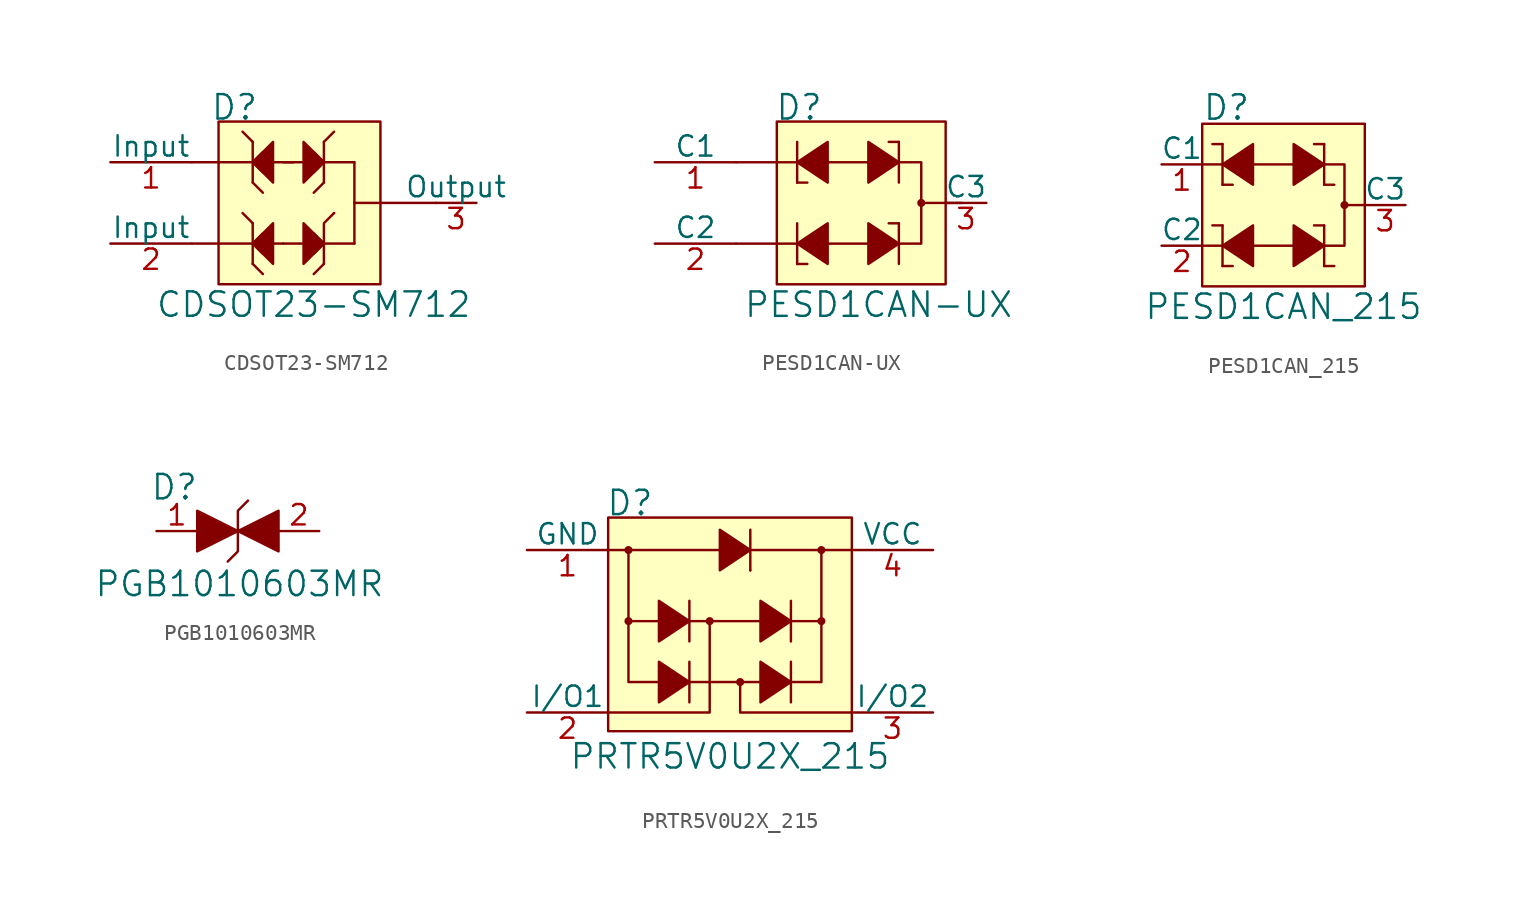
<source format=kicad_sym>
(kicad_symbol_lib
  (version 20220914)
  (generator kicad_symbol_editor)
  (symbol "CDSOT23-SM712"
    (pin_names
      (offset 0))
    (property "Reference" "D"
      (at -4.953 5.969 0)
      (effects (font (size 1.524 1.524))))
    (property "Value" "CDSOT23-SM712"
      (at 0 -6.35 0)
      (effects (font (size 1.524 1.524))))
    (symbol "CDSOT23-SM712_0_1"
      (rectangle (start -5.944 5.08) (end 4.166 -5.08) (stroke (width 0) (type default)) (fill (type background)))
      (polyline (pts (xy -3.81 -3.81) (xy -3.175 -4.445)) (stroke (width 0) (type default)) (fill (type none)))
      (polyline (pts (xy -3.81 -1.27) (xy -4.445 -0.635)) (stroke (width 0) (type default)) (fill (type none)))
      (polyline (pts (xy -3.81 -1.27) (xy -3.81 -3.81)) (stroke (width 0) (type default)) (fill (type none)))
      (polyline (pts (xy -3.81 1.27) (xy -3.175 0.635)) (stroke (width 0) (type default)) (fill (type none)))
      (polyline (pts (xy -3.81 3.81) (xy -4.445 4.445)) (stroke (width 0) (type default)) (fill (type none)))
      (polyline (pts (xy -3.81 3.81) (xy -3.81 1.27)) (stroke (width 0) (type default)) (fill (type none)))
      (polyline (pts (xy -2.54 -2.54) (xy -7.62 -2.54)) (stroke (width 0) (type default)) (fill (type none)))
      (polyline (pts (xy -2.54 2.54) (xy -7.62 2.54)) (stroke (width 0) (type default)) (fill (type none)))
      (polyline (pts (xy -1.905 -2.54) (xy -2.54 -2.54)) (stroke (width 0) (type default)) (fill (type none)))
      (polyline (pts (xy -1.905 -2.54) (xy 0 -2.54)) (stroke (width 0) (type default)) (fill (type none)))
      (polyline (pts (xy -1.905 2.54) (xy 0 2.54)) (stroke (width 0) (type default)) (fill (type none)))
      (polyline (pts (xy -1.27 2.54) (xy -2.54 2.54)) (stroke (width 0) (type default)) (fill (type none)))
      (polyline (pts (xy 0 -2.54) (xy 2.54 -2.54)) (stroke (width 0) (type default)) (fill (type none)))
      (polyline (pts (xy 0.635 -3.81) (xy 0 -4.445)) (stroke (width 0) (type default)) (fill (type none)))
      (polyline (pts (xy 0.635 1.27) (xy 0 0.635)) (stroke (width 0) (type default)) (fill (type none)))
      (polyline (pts (xy 0.635 1.27) (xy 0.635 3.81)) (stroke (width 0) (type default)) (fill (type none)))
      (polyline (pts (xy 0.635 3.81) (xy 1.27 4.445)) (stroke (width 0) (type default)) (fill (type none)))
      (polyline (pts (xy 1.27 -0.635) (xy 1.27 -0.635)) (stroke (width 0) (type default)) (fill (type none)))
      (polyline (pts (xy 2.54 0) (xy 2.54 -2.54)) (stroke (width 0) (type default)) (fill (type none)))
      (polyline (pts (xy 2.54 0) (xy 2.54 2.54)) (stroke (width 0) (type default)) (fill (type none)))
      (polyline (pts (xy 2.54 2.54) (xy 0 2.54)) (stroke (width 0) (type default)) (fill (type none)))
      (polyline (pts (xy 7.62 0) (xy 2.54 0)) (stroke (width 0) (type default)) (fill (type none)))
      (polyline (pts (xy 0.635 -3.81) (xy 0.635 -1.27) (xy 1.27 -0.635)) (stroke (width 0) (type default)) (fill (type none)))
      (polyline (pts (xy -3.81 -2.54) (xy -3.175 -1.905) (xy -3.175 -3.175) (xy -3.81 -2.54)) (stroke (width 0) (type default)) (fill (type outline)))
      (polyline (pts (xy -3.81 -2.54) (xy -2.54 -1.27) (xy -2.54 -3.81) (xy -3.81 -2.54)) (stroke (width 0) (type default)) (fill (type outline)))
      (polyline (pts (xy -3.81 2.54) (xy -3.175 3.175) (xy -3.175 1.905) (xy -3.81 2.54)) (stroke (width 0) (type default)) (fill (type outline)))
      (polyline (pts (xy -3.81 2.54) (xy -2.54 3.81) (xy -2.54 1.27) (xy -3.81 2.54)) (stroke (width 0) (type default)) (fill (type outline)))
      (polyline (pts (xy 0 3.175) (xy 0 1.905) (xy 0.635 2.54) (xy 0 3.175)) (stroke (width 0) (type default)) (fill (type outline)))
      (polyline (pts (xy 0.635 -2.54) (xy -0.635 -1.27) (xy -0.635 -3.81) (xy 0.635 -2.54)) (stroke (width 0) (type default)) (fill (type outline)))
      (polyline (pts (xy 0.635 2.54) (xy -0.635 3.81) (xy -0.635 1.27) (xy 0.635 2.54)) (stroke (width 0) (type default)) (fill (type outline)))
      (polyline (pts (xy 0 -2.54) (xy 0 -1.905) (xy 0.635 -2.54) (xy 0 -3.175) (xy 0 -2.54)) (stroke (width 0) (type default)) (fill (type outline))))
    (symbol "CDSOT23-SM712_1_1"
      (pin input line (at -12.7 2.54 0) (length 5.08) (name "Input" (effects (font (size 1.27 1.27)))) (number "1" (effects (font (size 1.27 1.27)))))
      (pin input line (at -12.7 -2.54 0) (length 5.08) (name "Input" (effects (font (size 1.27 1.27)))) (number "2" (effects (font (size 1.27 1.27)))))
      (pin output line (at 10.16 0 180) (length 2.54) (name "Output" (effects (font (size 1.27 1.27)))) (number "3" (effects (font (size 1.27 1.27)))))))
  (symbol "PESD1CAN-UX"
    (pin_names
      (offset 0))
    (property "Reference" "D"
      (at -5.207 5.969 0)
      (effects (font (size 1.524 1.524)) (justify left)))
    (property "Value" "PESD1CAN-UX"
      (at 1.27 -6.35 0)
      (effects (font (size 1.524 1.524))))
    (symbol "PESD1CAN-UX_0_1"
      (rectangle (start -5.08 5.08) (end 5.461 -5.08) (stroke (width 0) (type default)) (fill (type background)))
      (polyline (pts (xy -3.81 -3.81) (xy -3.175 -3.81)) (stroke (width 0) (type default)) (fill (type none)))
      (polyline (pts (xy -3.81 -2.54) (xy -7.62 -2.54)) (stroke (width 0) (type default)) (fill (type none)))
      (polyline (pts (xy -3.81 -1.27) (xy -3.81 -3.81)) (stroke (width 0) (type default)) (fill (type none)))
      (polyline (pts (xy -3.81 1.27) (xy -3.175 1.27)) (stroke (width 0) (type default)) (fill (type none)))
      (polyline (pts (xy -3.81 2.54) (xy -7.62 2.54)) (stroke (width 0) (type default)) (fill (type none)))
      (polyline (pts (xy -3.81 3.81) (xy -3.81 1.27)) (stroke (width 0) (type default)) (fill (type none)))
      (polyline (pts (xy 0.635 -2.54) (xy -1.905 -2.54)) (stroke (width 0) (type default)) (fill (type none)))
      (polyline (pts (xy 0.635 2.54) (xy -1.905 2.54)) (stroke (width 0) (type default)) (fill (type none)))
      (polyline (pts (xy 0.635 2.54) (xy 0.635 2.54)) (stroke (width 0) (type default)) (fill (type none)))
      (polyline (pts (xy 2.54 -1.27) (xy 1.905 -1.27)) (stroke (width 0) (type default)) (fill (type none)))
      (polyline (pts (xy 2.54 -1.27) (xy 2.54 -3.81)) (stroke (width 0) (type default)) (fill (type none)))
      (polyline (pts (xy 2.54 3.81) (xy 1.905 3.81)) (stroke (width 0) (type default)) (fill (type none)))
      (polyline (pts (xy 2.54 3.81) (xy 2.54 1.27)) (stroke (width 0) (type default)) (fill (type none)))
      (polyline (pts (xy 3.937 0) (xy 6.477 0)) (stroke (width 0) (type default)) (fill (type none)))
      (polyline (pts (xy -1.905 -1.27) (xy -1.905 -3.81) (xy -3.81 -2.54) (xy -1.905 -1.27)) (stroke (width 0) (type default)) (fill (type outline)))
      (polyline (pts (xy -1.905 1.27) (xy -1.905 3.81) (xy -3.81 2.54) (xy -1.905 1.27)) (stroke (width 0) (type default)) (fill (type outline)))
      (polyline (pts (xy 0.635 -1.27) (xy 0.635 -3.81) (xy 2.54 -2.54) (xy 0.635 -1.27)) (stroke (width 0) (type default)) (fill (type outline)))
      (polyline (pts (xy 0.635 3.81) (xy 0.635 1.27) (xy 2.54 2.54) (xy 0.635 3.81)) (stroke (width 0) (type default)) (fill (type outline)))
      (polyline (pts (xy 1.397 2.54) (xy 3.937 2.54) (xy 3.937 -2.54) (xy 1.397 -2.54)) (stroke (width 0) (type default)) (fill (type none)))
      (circle (center 3.937 0) (radius 0.178) (stroke (width 0) (type default)) (fill (type outline))))
    (symbol "PESD1CAN-UX_1_1"
      (pin bidirectional line (at -12.7 2.54 0) (length 5.08) (name "C1" (effects (font (size 1.27 1.27)))) (number "1" (effects (font (size 1.27 1.27)))))
      (pin bidirectional line (at -12.7 -2.54 0) (length 5.08) (name "C2" (effects (font (size 1.27 1.27)))) (number "2" (effects (font (size 1.27 1.27)))))
      (pin bidirectional line (at 8.001 0 180) (length 2.54) (name "C3" (effects (font (size 1.27 1.27)))) (number "3" (effects (font (size 1.27 1.27)))))))
  (symbol "PESD1CAN_215"
    (pin_names
      (offset 0))
    (property "Reference" "D"
      (at -5.08 6.096 0)
      (effects (font (size 1.524 1.524)) (justify left)))
    (property "Value" "PESD1CAN_215"
      (at 0 -6.35 0)
      (effects (font (size 1.524 1.524))))
    (symbol "PESD1CAN_215_0_1"
      (rectangle (start -5.08 5.08) (end 5.08 -5.08) (stroke (width 0) (type default)) (fill (type background)))
      (polyline (pts (xy -5.08 -2.54) (xy -3.81 -2.54)) (stroke (width 0) (type default)) (fill (type none)))
      (polyline (pts (xy -5.08 2.54) (xy -3.81 2.54)) (stroke (width 0) (type default)) (fill (type none)))
      (polyline (pts (xy -3.81 -3.81) (xy -3.175 -3.81)) (stroke (width 0) (type default)) (fill (type none)))
      (polyline (pts (xy -3.81 -1.27) (xy -4.445 -1.27)) (stroke (width 0) (type default)) (fill (type none)))
      (polyline (pts (xy -3.81 -1.27) (xy -3.81 -3.81)) (stroke (width 0) (type default)) (fill (type none)))
      (polyline (pts (xy -3.81 1.27) (xy -3.175 1.27)) (stroke (width 0) (type default)) (fill (type none)))
      (polyline (pts (xy -3.81 3.81) (xy -4.445 3.81)) (stroke (width 0) (type default)) (fill (type none)))
      (polyline (pts (xy -3.81 3.81) (xy -3.81 1.27)) (stroke (width 0) (type default)) (fill (type none)))
      (polyline (pts (xy 0.635 -2.54) (xy -1.905 -2.54)) (stroke (width 0) (type default)) (fill (type none)))
      (polyline (pts (xy 0.635 2.54) (xy -1.905 2.54)) (stroke (width 0) (type default)) (fill (type none)))
      (polyline (pts (xy 0.635 2.54) (xy 0.635 2.54)) (stroke (width 0) (type default)) (fill (type none)))
      (polyline (pts (xy 2.54 -3.81) (xy 3.175 -3.81)) (stroke (width 0) (type default)) (fill (type none)))
      (polyline (pts (xy 2.54 -1.27) (xy 1.905 -1.27)) (stroke (width 0) (type default)) (fill (type none)))
      (polyline (pts (xy 2.54 -1.27) (xy 2.54 -3.81)) (stroke (width 0) (type default)) (fill (type none)))
      (polyline (pts (xy 2.54 1.27) (xy 3.175 1.27)) (stroke (width 0) (type default)) (fill (type none)))
      (polyline (pts (xy 2.54 3.81) (xy 1.905 3.81)) (stroke (width 0) (type default)) (fill (type none)))
      (polyline (pts (xy 2.54 3.81) (xy 2.54 1.27)) (stroke (width 0) (type default)) (fill (type none)))
      (polyline (pts (xy 3.81 0) (xy 5.08 0)) (stroke (width 0) (type default)) (fill (type none)))
      (polyline (pts (xy -1.905 -1.27) (xy -1.905 -3.81) (xy -3.81 -2.54) (xy -1.905 -1.27)) (stroke (width 0) (type default)) (fill (type outline)))
      (polyline (pts (xy -1.905 1.27) (xy -1.905 3.81) (xy -3.81 2.54) (xy -1.905 1.27)) (stroke (width 0) (type default)) (fill (type outline)))
      (polyline (pts (xy 0.635 -1.27) (xy 0.635 -3.81) (xy 2.54 -2.54) (xy 0.635 -1.27)) (stroke (width 0) (type default)) (fill (type outline)))
      (polyline (pts (xy 0.635 3.81) (xy 0.635 1.27) (xy 2.54 2.54) (xy 0.635 3.81)) (stroke (width 0) (type default)) (fill (type outline)))
      (polyline (pts (xy 2.54 2.54) (xy 3.81 2.54) (xy 3.81 -2.54) (xy 2.54 -2.54)) (stroke (width 0) (type default)) (fill (type none)))
      (circle (center 3.81 0) (radius 0.178) (stroke (width 0) (type default)) (fill (type outline))))
    (symbol "PESD1CAN_215_1_1"
      (pin passive line (at -7.62 2.54 0) (length 2.54) (name "C1" (effects (font (size 1.27 1.27)))) (number "1" (effects (font (size 1.27 1.27)))))
      (pin passive line (at -7.62 -2.54 0) (length 2.54) (name "C2" (effects (font (size 1.27 1.27)))) (number "2" (effects (font (size 1.27 1.27)))))
      (pin passive line (at 7.62 0 180) (length 2.54) (name "C3" (effects (font (size 1.27 1.27)))) (number "3" (effects (font (size 1.27 1.27)))))))
  (symbol "PGB1010603MR"
    (pin_names
      (offset 1.016))
    (property "Reference" "D"
      (at -5.486 2.743 0)
      (effects (font (size 1.524 1.524)) (justify left)))
    (property "Value" "PGB1010603MR"
      (at 0.102 -3.302 0)
      (effects (font (size 1.524 1.524))))
    (symbol "PGB1010603MR_0_1"
      (polyline (pts (xy 0 0) (xy 0 -1.27) (xy -0.635 -1.905)) (stroke (width 0) (type default)) (fill (type none)))
      (polyline (pts (xy 0 0) (xy 0 1.27) (xy 0.635 1.905)) (stroke (width 0) (type default)) (fill (type none)))
      (polyline (pts (xy -2.54 1.27) (xy -2.54 -1.27) (xy 0 0) (xy -2.54 1.27)) (stroke (width 0) (type default)) (fill (type outline)))
      (polyline (pts (xy 2.54 1.27) (xy 2.54 -1.27) (xy 0 0) (xy 2.54 1.27)) (stroke (width 0) (type default)) (fill (type outline))))
    (symbol "PGB1010603MR_1_1"
      (pin passive line (at -5.08 0 0) (length 2.54) (name "~" (effects (font (size 1.27 1.27)))) (number "1" (effects (font (size 1.27 1.27)))))
      (pin passive line (at 5.08 0 180) (length 2.54) (name "~" (effects (font (size 1.27 1.27)))) (number "2" (effects (font (size 1.27 1.27)))))))
  (symbol "PRTR5V0U2X_215"
    (pin_names
      (offset 0))
    (property "Reference" "D"
      (at -7.772 8.026 0)
      (effects (font (size 1.524 1.524)) (justify left)))
    (property "Value" "PRTR5V0U2X_215"
      (at 0 -7.823 0)
      (effects (font (size 1.524 1.524))))
    (symbol "PRTR5V0U2X_215_0_1"
      (rectangle (start -7.62 7.112) (end 7.62 -6.248) (stroke (width 0) (type default)) (fill (type background)))
      (circle (center -6.35 0.635) (radius 0.178) (stroke (width 0) (type default)) (fill (type outline)))
      (circle (center -6.35 5.08) (radius 0.178) (stroke (width 0) (type default)) (fill (type outline)))
      (circle (center -1.27 0.635) (radius 0.178) (stroke (width 0) (type default)) (fill (type outline)))
      (polyline (pts (xy -4.445 0.635) (xy -6.35 0.635)) (stroke (width 0) (type default)) (fill (type none)))
      (polyline (pts (xy -2.54 -3.175) (xy 1.905 -3.175)) (stroke (width 0) (type default)) (fill (type none)))
      (polyline (pts (xy -2.54 -1.905) (xy -2.54 -4.445)) (stroke (width 0) (type default)) (fill (type none)))
      (polyline (pts (xy -2.54 0.635) (xy 1.905 0.635)) (stroke (width 0) (type default)) (fill (type outline)))
      (polyline (pts (xy -2.54 1.905) (xy -2.54 -0.635)) (stroke (width 0) (type default)) (fill (type none)))
      (polyline (pts (xy -0.635 5.08) (xy -7.62 5.08)) (stroke (width 0) (type default)) (fill (type none)))
      (polyline (pts (xy 1.27 3.81) (xy 1.27 3.81)) (stroke (width 0) (type default)) (fill (type none)))
      (polyline (pts (xy 1.27 6.35) (xy 1.27 3.81)) (stroke (width 0) (type default)) (fill (type none)))
      (polyline (pts (xy 3.81 -1.905) (xy 3.81 -4.445)) (stroke (width 0) (type default)) (fill (type none)))
      (polyline (pts (xy 3.81 1.905) (xy 3.81 -0.635)) (stroke (width 0) (type default)) (fill (type none)))
      (polyline (pts (xy 5.715 0.635) (xy 3.81 0.635)) (stroke (width 0) (type default)) (fill (type none)))
      (polyline (pts (xy 7.62 5.08) (xy 1.27 5.08)) (stroke (width 0) (type default)) (fill (type none)))
      (polyline (pts (xy -4.445 -3.175) (xy -6.35 -3.175) (xy -6.35 5.08)) (stroke (width 0) (type default)) (fill (type none)))
      (polyline (pts (xy -1.27 0.635) (xy -1.27 -5.08) (xy -7.62 -5.08)) (stroke (width 0) (type default)) (fill (type none)))
      (polyline (pts (xy 3.81 -3.175) (xy 5.715 -3.175) (xy 5.715 5.08)) (stroke (width 0) (type default)) (fill (type none)))
      (polyline (pts (xy 7.62 -5.08) (xy 0.635 -5.08) (xy 0.635 -3.175)) (stroke (width 0) (type default)) (fill (type none)))
      (polyline (pts (xy -4.445 -1.905) (xy -4.445 -4.445) (xy -2.54 -3.175) (xy -4.445 -1.905)) (stroke (width 0) (type default)) (fill (type outline)))
      (polyline (pts (xy -4.445 1.905) (xy -4.445 -0.635) (xy -2.54 0.635) (xy -4.445 1.905)) (stroke (width 0) (type default)) (fill (type outline)))
      (polyline (pts (xy -0.635 6.35) (xy -0.635 3.81) (xy 1.27 5.08) (xy -0.635 6.35)) (stroke (width 0) (type default)) (fill (type outline)))
      (polyline (pts (xy 1.905 -1.905) (xy 1.905 -4.445) (xy 3.81 -3.175) (xy 1.905 -1.905)) (stroke (width 0) (type default)) (fill (type outline)))
      (polyline (pts (xy 1.905 1.905) (xy 1.905 -0.635) (xy 3.81 0.635) (xy 1.905 1.905)) (stroke (width 0) (type default)) (fill (type outline)))
      (circle (center 0.635 -3.175) (radius 0.178) (stroke (width 0) (type default)) (fill (type outline)))
      (circle (center 5.715 0.635) (radius 0.178) (stroke (width 0) (type default)) (fill (type outline)))
      (circle (center 5.715 5.08) (radius 0.178) (stroke (width 0) (type default)) (fill (type outline))))
    (symbol "PRTR5V0U2X_215_1_1"
      (pin output line (at -12.7 5.08 0) (length 5.08) (name "GND" (effects (font (size 1.27 1.27)))) (number "1" (effects (font (size 1.27 1.27)))))
      (pin output line (at -12.7 -5.08 0) (length 5.08) (name "I/O1" (effects (font (size 1.27 1.27)))) (number "2" (effects (font (size 1.27 1.27)))))
      (pin output line (at 12.7 -5.08 180) (length 5.08) (name "I/O2" (effects (font (size 1.27 1.27)))) (number "3" (effects (font (size 1.27 1.27)))))
      (pin output line (at 12.7 5.08 180) (length 5.08) (name "VCC" (effects (font (size 1.27 1.27)))) (number "4" (effects (font (size 1.27 1.27))))))))
</source>
